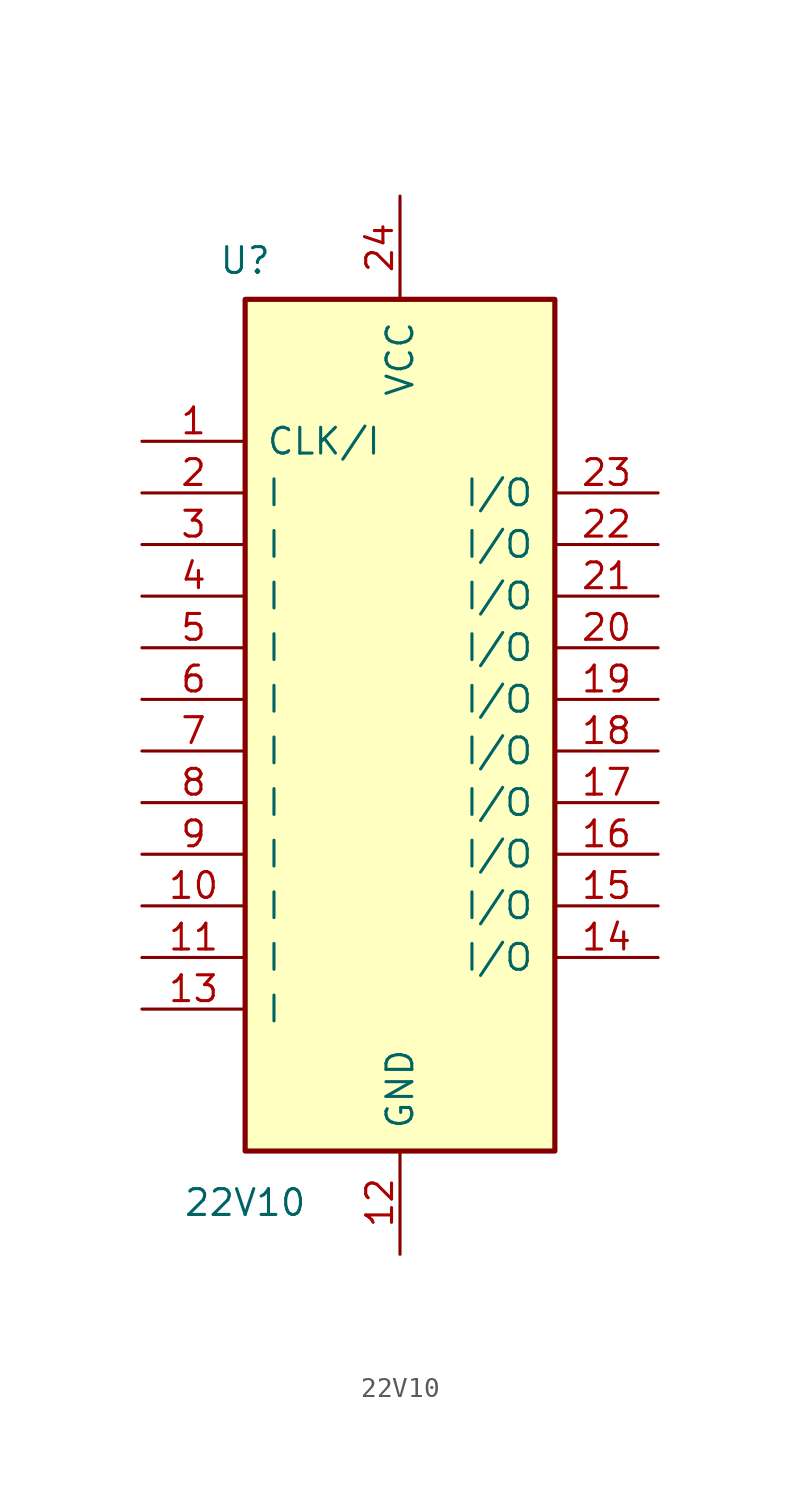
<source format=kicad_sym>
(kicad_symbol_lib
  (version 20211014)
  (generator kicad_symbol_editor)
  (symbol "22V10"
    (pin_names
      (offset 1.016))
    (property "Reference" "U"
      (at -7.62 22.225 0)
      (effects (font (size 1.27 1.27))))
    (property "Value" "22V10"
      (at -7.62 -24.13 0)
      (effects (font (size 1.27 1.27))))
    (property "ki_locked" ""
      (at 0 0 0)
      (effects (font (size 1.27 1.27))))
    (symbol "22V10_1_0"
      (pin input line (at -12.7 13.335 0) (length 5.08) (name "CLK/I" (effects (font (size 1.27 1.27)))) (number "1" (effects (font (size 1.27 1.27)))))
      (pin input line (at -12.7 -9.525 0) (length 5.08) (name "I" (effects (font (size 1.27 1.27)))) (number "10" (effects (font (size 1.27 1.27)))))
      (pin input line (at -12.7 -12.065 0) (length 5.08) (name "I" (effects (font (size 1.27 1.27)))) (number "11" (effects (font (size 1.27 1.27)))))
      (pin power_in line (at 0 -26.67 90) (length 5.08) (name "GND" (effects (font (size 1.27 1.27)))) (number "12" (effects (font (size 1.27 1.27)))))
      (pin input line (at -12.7 -14.605 0) (length 5.08) (name "I" (effects (font (size 1.27 1.27)))) (number "13" (effects (font (size 1.27 1.27)))))
      (pin output line (at 12.7 -12.065 180) (length 5.08) (name "I/O" (effects (font (size 1.27 1.27)))) (number "14" (effects (font (size 1.27 1.27)))))
      (pin output line (at 12.7 -9.525 180) (length 5.08) (name "I/O" (effects (font (size 1.27 1.27)))) (number "15" (effects (font (size 1.27 1.27)))))
      (pin output line (at 12.7 -6.985 180) (length 5.08) (name "I/O" (effects (font (size 1.27 1.27)))) (number "16" (effects (font (size 1.27 1.27)))))
      (pin output line (at 12.7 -4.445 180) (length 5.08) (name "I/O" (effects (font (size 1.27 1.27)))) (number "17" (effects (font (size 1.27 1.27)))))
      (pin output line (at 12.7 -1.905 180) (length 5.08) (name "I/O" (effects (font (size 1.27 1.27)))) (number "18" (effects (font (size 1.27 1.27)))))
      (pin output line (at 12.7 0.635 180) (length 5.08) (name "I/O" (effects (font (size 1.27 1.27)))) (number "19" (effects (font (size 1.27 1.27)))))
      (pin input line (at -12.7 10.795 0) (length 5.08) (name "I" (effects (font (size 1.27 1.27)))) (number "2" (effects (font (size 1.27 1.27)))))
      (pin output line (at 12.7 3.175 180) (length 5.08) (name "I/O" (effects (font (size 1.27 1.27)))) (number "20" (effects (font (size 1.27 1.27)))))
      (pin output line (at 12.7 5.715 180) (length 5.08) (name "I/O" (effects (font (size 1.27 1.27)))) (number "21" (effects (font (size 1.27 1.27)))))
      (pin output line (at 12.7 8.255 180) (length 5.08) (name "I/O" (effects (font (size 1.27 1.27)))) (number "22" (effects (font (size 1.27 1.27)))))
      (pin output line (at 12.7 10.795 180) (length 5.08) (name "I/O" (effects (font (size 1.27 1.27)))) (number "23" (effects (font (size 1.27 1.27)))))
      (pin power_in line (at 0 25.4 270) (length 5.08) (name "VCC" (effects (font (size 1.27 1.27)))) (number "24" (effects (font (size 1.27 1.27)))))
      (pin input line (at -12.7 8.255 0) (length 5.08) (name "I" (effects (font (size 1.27 1.27)))) (number "3" (effects (font (size 1.27 1.27)))))
      (pin input line (at -12.7 5.715 0) (length 5.08) (name "I" (effects (font (size 1.27 1.27)))) (number "4" (effects (font (size 1.27 1.27)))))
      (pin input line (at -12.7 3.175 0) (length 5.08) (name "I" (effects (font (size 1.27 1.27)))) (number "5" (effects (font (size 1.27 1.27)))))
      (pin input line (at -12.7 0.635 0) (length 5.08) (name "I" (effects (font (size 1.27 1.27)))) (number "6" (effects (font (size 1.27 1.27)))))
      (pin input line (at -12.7 -1.905 0) (length 5.08) (name "I" (effects (font (size 1.27 1.27)))) (number "7" (effects (font (size 1.27 1.27)))))
      (pin input line (at -12.7 -4.445 0) (length 5.08) (name "I" (effects (font (size 1.27 1.27)))) (number "8" (effects (font (size 1.27 1.27)))))
      (pin input line (at -12.7 -6.985 0) (length 5.08) (name "I" (effects (font (size 1.27 1.27)))) (number "9" (effects (font (size 1.27 1.27))))))
    (symbol "22V10_1_1"
      (rectangle (start -7.62 20.32) (end 7.62 -21.59) (stroke (width 0.254) (type default) (color 0 0 0 0)) (fill (type background))))))
</source>
